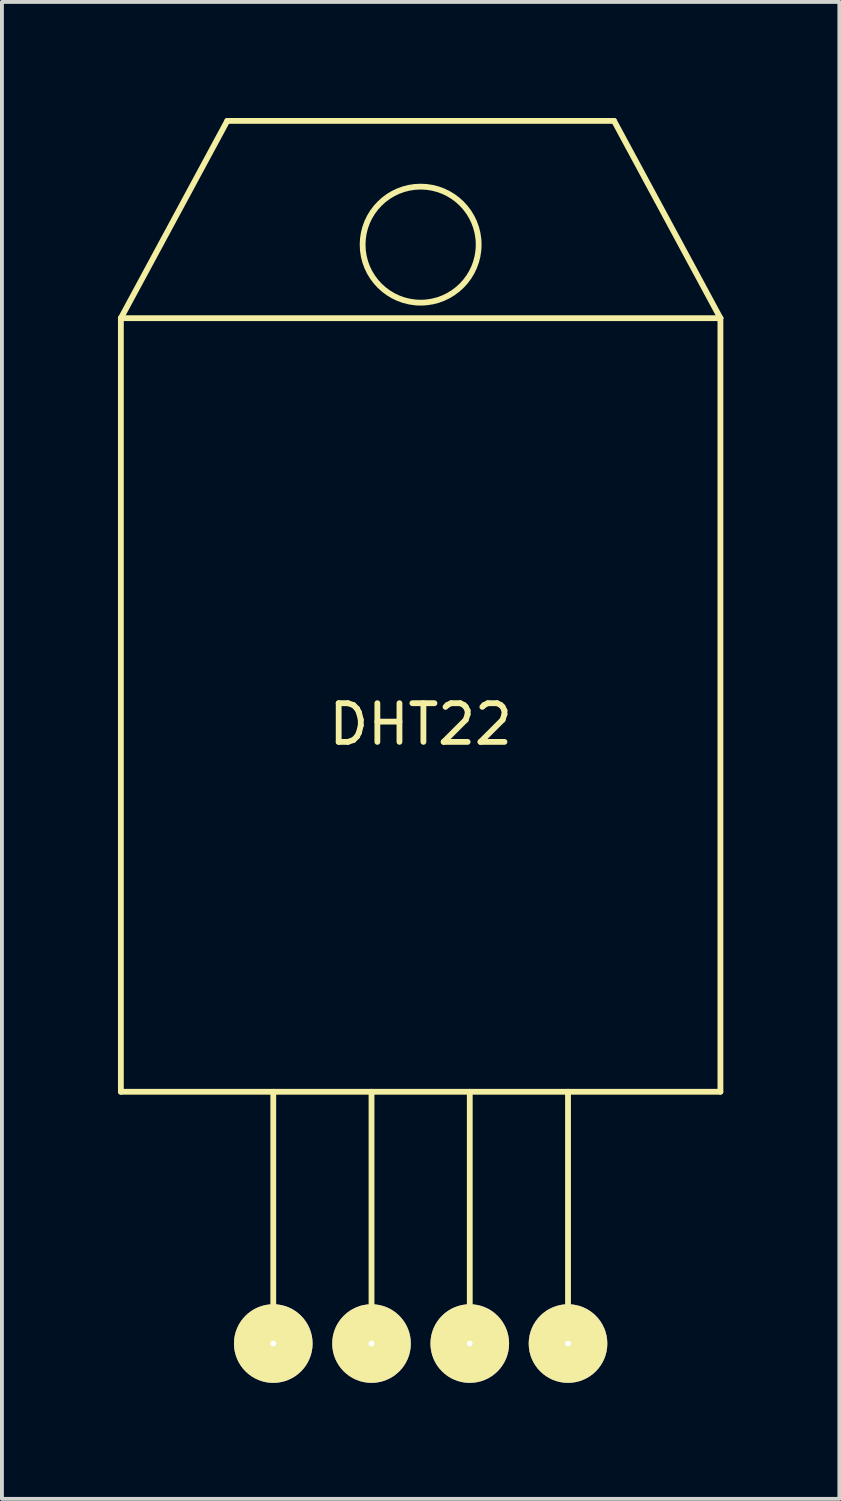
<source format=kicad_pcb>
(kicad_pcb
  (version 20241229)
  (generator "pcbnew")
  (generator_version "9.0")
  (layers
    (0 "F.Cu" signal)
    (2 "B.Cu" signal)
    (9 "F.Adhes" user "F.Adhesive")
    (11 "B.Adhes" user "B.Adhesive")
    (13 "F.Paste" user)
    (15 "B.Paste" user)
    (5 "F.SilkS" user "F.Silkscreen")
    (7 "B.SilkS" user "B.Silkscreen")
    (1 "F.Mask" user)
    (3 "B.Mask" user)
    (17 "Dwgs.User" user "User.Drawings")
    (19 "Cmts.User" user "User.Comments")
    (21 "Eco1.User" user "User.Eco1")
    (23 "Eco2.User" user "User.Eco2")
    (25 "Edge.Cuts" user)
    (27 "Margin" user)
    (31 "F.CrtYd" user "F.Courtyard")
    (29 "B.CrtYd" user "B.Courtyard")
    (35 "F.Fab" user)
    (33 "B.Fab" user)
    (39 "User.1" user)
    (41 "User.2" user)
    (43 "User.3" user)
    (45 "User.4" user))
  (footprint "DHT22"
    (layer "F.Cu")
    (at 7.825 15.175)
    (property "Reference" "DHT22" (at 0 0.5 0) (layer "F.SilkS") (effects (font (size 1 1) (thickness 0.15))))
    (attr through_hole)
    (fp_line (start -7.75 -10) (end 7.75 -10) (stroke (width 0.15) (type solid)) (layer "F.SilkS"))
    (fp_line (start -7.75 10) (end -7.75 -10) (stroke (width 0.15) (type solid)) (layer "F.SilkS"))
    (fp_line (start -5 -15.1) (end -7.75 -10) (stroke (width 0.15) (type solid)) (layer "F.SilkS"))
    (fp_line (start -3.81 16.51) (end -3.81 10) (stroke (width 0.15) (type solid)) (layer "F.SilkS"))
    (fp_line (start -1.27 16.51) (end -1.27 10) (stroke (width 0.15) (type solid)) (layer "F.SilkS"))
    (fp_line (start 1.27 16.51) (end 1.27 10) (stroke (width 0.15) (type solid)) (layer "F.SilkS"))
    (fp_line (start 3.81 16.51) (end 3.81 10) (stroke (width 0.15) (type solid)) (layer "F.SilkS"))
    (fp_line (start 5 -15.1) (end -5 -15.1) (stroke (width 0.15) (type solid)) (layer "F.SilkS"))
    (fp_line (start 5 -15.1) (end 7.75 -10) (stroke (width 0.15) (type solid)) (layer "F.SilkS"))
    (fp_line (start 7.75 -10) (end 7.75 10) (stroke (width 0.15) (type solid)) (layer "F.SilkS"))
    (fp_line (start 7.75 10) (end -7.75 10) (stroke (width 0.15) (type solid)) (layer "F.SilkS"))
    (fp_circle (center 0 -11.9) (end 1.5 -11.9) (stroke (width 0.15) (type solid)) (fill no) (layer "F.SilkS"))
    (pad "1" thru_hole circle (at -3.81 16.51) (size 2.032 2.032) (drill 0.15) (layers "*.Cu" "*.Mask" "F.SilkS"))
    (pad "2" thru_hole circle (at -1.27 16.51) (size 2.032 2.032) (drill 0.15) (layers "*.Cu" "*.Mask" "F.SilkS"))
    (pad "3" thru_hole circle (at 1.27 16.51) (size 2.032 2.032) (drill 0.15) (layers "*.Cu" "*.Mask" "F.SilkS"))
    (pad "4" thru_hole circle (at 3.81 16.51) (size 2.032 2.032) (drill 0.15) (layers "*.Cu" "*.Mask" "F.SilkS")))
  (gr_rect
    (start -3 -3)
    (end 18.65 35.701)
    (stroke (width 0.1) (type default))
    (fill no)
    (layer "Edge.Cuts")))
</source>
